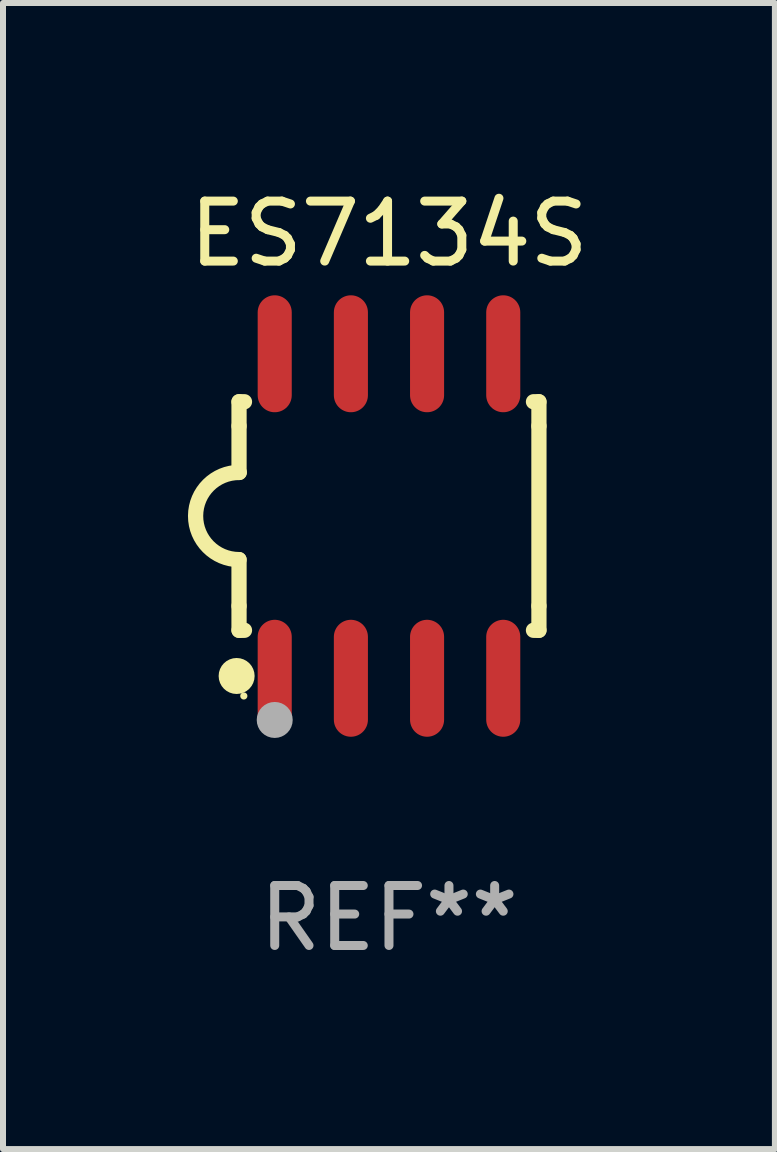
<source format=kicad_pcb>
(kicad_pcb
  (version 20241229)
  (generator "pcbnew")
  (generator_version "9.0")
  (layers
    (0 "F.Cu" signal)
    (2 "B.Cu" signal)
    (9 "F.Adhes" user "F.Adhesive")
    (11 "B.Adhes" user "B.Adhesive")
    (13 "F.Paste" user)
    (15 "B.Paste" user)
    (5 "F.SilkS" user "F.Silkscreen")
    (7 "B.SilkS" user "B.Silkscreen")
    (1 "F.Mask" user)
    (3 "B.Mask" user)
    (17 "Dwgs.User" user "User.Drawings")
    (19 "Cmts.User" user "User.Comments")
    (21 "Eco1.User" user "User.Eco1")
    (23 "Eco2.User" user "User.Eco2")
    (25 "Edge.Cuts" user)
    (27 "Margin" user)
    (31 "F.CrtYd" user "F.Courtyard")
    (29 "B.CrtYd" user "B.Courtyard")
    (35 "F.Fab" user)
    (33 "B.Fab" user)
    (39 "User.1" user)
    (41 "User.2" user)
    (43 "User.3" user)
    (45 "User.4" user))
  (footprint "ES7134S"
    (layer "F.Cu")
    (at 3.435 5.553)
    (property "Reference" "ES7134S" (at 0 -4.705 0) (layer "F.SilkS") (effects (font (size 1 1) (thickness 0.15))))
    (attr through_hole)
    (fp_line (start -2.5 -1.905) (end -2.409 -1.905) (stroke (width 0.254) (type solid)) (layer "F.SilkS"))
    (fp_line (start -2.5 -1.5) (end -2.5 -1.905) (stroke (width 0.254) (type solid)) (layer "F.SilkS"))
    (fp_line (start -2.5 -1.5) (end -2.5 -0.726) (stroke (width 0.254) (type solid)) (layer "F.SilkS"))
    (fp_line (start -2.5 1.5) (end -2.5 0.727) (stroke (width 0.254) (type solid)) (layer "F.SilkS"))
    (fp_line (start -2.5 1.5) (end -2.5 1.905) (stroke (width 0.254) (type solid)) (layer "F.SilkS"))
    (fp_line (start -2.5 1.905) (end -2.409 1.905) (stroke (width 0.254) (type solid)) (layer "F.SilkS"))
    (fp_line (start 2.5 -1.905) (end 2.409 -1.905) (stroke (width 0.254) (type solid)) (layer "F.SilkS"))
    (fp_line (start 2.5 -1.5) (end 2.5 -1.905) (stroke (width 0.254) (type solid)) (layer "F.SilkS"))
    (fp_line (start 2.5 -1.5) (end 2.5 1.5) (stroke (width 0.254) (type solid)) (layer "F.SilkS"))
    (fp_line (start 2.5 1.5) (end 2.5 1.905) (stroke (width 0.254) (type solid)) (layer "F.SilkS"))
    (fp_line (start 2.5 1.905) (end 2.409 1.905) (stroke (width 0.254) (type solid)) (layer "F.SilkS"))
    (fp_arc (start -2.5 0.726568) (mid -3.220316 -0.0023) (end -2.495097 -0.726289) (stroke (width 0.254001) (type solid)) (layer "F.SilkS"))
    (fp_circle (center -2.54 2.667) (end -2.39 2.667) (stroke (width 0.3) (type solid)) (fill no) (layer "F.SilkS"))
    (fp_circle (center -2.42 3) (end -2.39 3) (stroke (width 0.06) (type solid)) (fill no) (layer "F.SilkS"))
    (fp_circle (center -1.905 3.4) (end -1.755 3.4) (stroke (width 0.3) (type solid)) (fill no) (layer "F.Fab"))
    (fp_text user "REF**" (at 0 6.705 0) (layer "F.Fab") (effects (font (size 1 1) (thickness 0.15))))
    (pad "1" smd oval (at -1.905 2.705) (size 0.568 1.95) (layers "F.Cu" "F.Mask" "F.Paste"))
    (pad "2" smd oval (at -0.635 2.705) (size 0.568 1.95) (layers "F.Cu" "F.Mask" "F.Paste"))
    (pad "3" smd oval (at 0.635 2.705) (size 0.568 1.95) (layers "F.Cu" "F.Mask" "F.Paste"))
    (pad "4" smd oval (at 1.905 2.705) (size 0.568 1.95) (layers "F.Cu" "F.Mask" "F.Paste"))
    (pad "5" smd oval (at 1.905 -2.705) (size 0.568 1.95) (layers "F.Cu" "F.Mask" "F.Paste"))
    (pad "6" smd oval (at 0.635 -2.705) (size 0.568 1.95) (layers "F.Cu" "F.Mask" "F.Paste"))
    (pad "7" smd oval (at -0.635 -2.705) (size 0.568 1.95) (layers "F.Cu" "F.Mask" "F.Paste"))
    (pad "8" smd oval (at -1.905 -2.705) (size 0.568 1.95) (layers "F.Cu" "F.Mask" "F.Paste")))
  (gr_rect
    (start -3 -3)
    (end 9.869 16.107)
    (stroke (width 0.1) (type default))
    (fill no)
    (layer "Edge.Cuts")))
</source>
